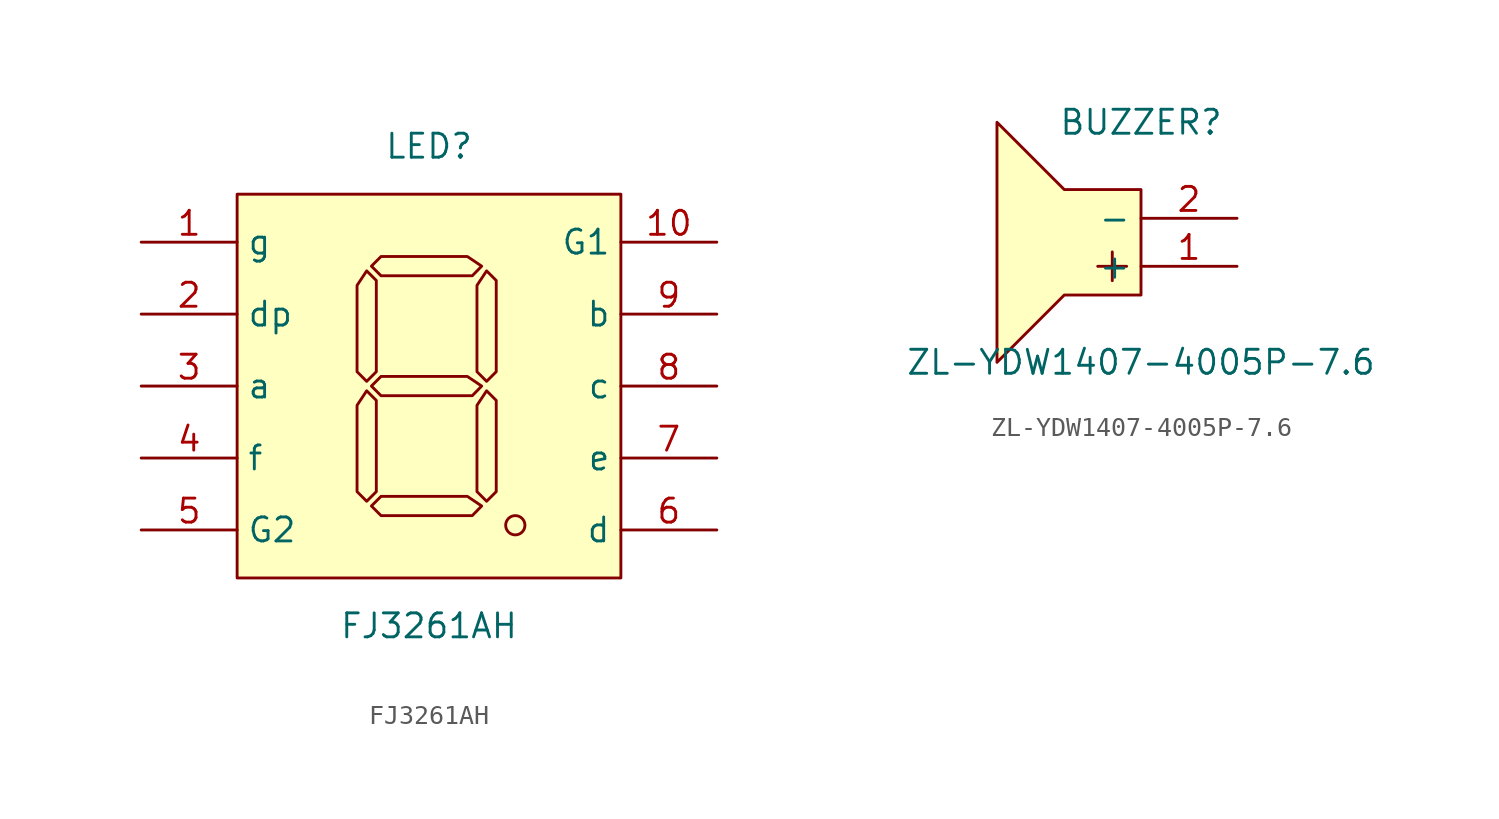
<source format=kicad_sym>
(kicad_symbol_lib
  (version 20211014)
  (generator https://github.com/uPesy/easyeda2kicad.py)
  (symbol "FJ3261AH"
    (property "Reference" "LED"
      (at 0 12.70 0)
      (effects (font (size 1.27 1.27))))
    (property "Value" "FJ3261AH"
      (at 0 -12.70 0)
      (effects (font (size 1.27 1.27))))
    (symbol "FJ3261AH_0_1"
      (rectangle (start -10.16 10.16) (end 10.16 -10.16) (stroke (width 0) (type default) (color 0 0 0 0)) (fill (type background)))
      (circle (center 4.57 -7.37) (radius 0.51) (stroke (width 0) (type default) (color 0 0 0 0)) (fill (type none)))
      (polyline (pts (xy -3.05 6.35) (xy -2.54 6.86) (xy 2.03 6.86) (xy 2.79 6.35) (xy 2.29 5.84) (xy -2.54 5.84) (xy -3.05 6.35)) (stroke (width 0) (type default) (color 0 0 0 0)) (fill (type background)))
      (polyline (pts (xy -3.30 0.25) (xy -3.81 0.76) (xy -3.81 5.33) (xy -3.30 6.10) (xy -2.79 5.59) (xy -2.79 0.76) (xy -3.30 0.25)) (stroke (width 0) (type default) (color 0 0 0 0)) (fill (type background)))
      (polyline (pts (xy 3.05 0.25) (xy 2.54 0.76) (xy 2.54 5.33) (xy 3.05 6.10) (xy 3.56 5.59) (xy 3.56 0.76) (xy 3.05 0.25)) (stroke (width 0) (type default) (color 0 0 0 0)) (fill (type background)))
      (polyline (pts (xy -3.05 -0.00) (xy -2.54 0.51) (xy 2.03 0.51) (xy 2.79 -0.00) (xy 2.29 -0.51) (xy -2.54 -0.51) (xy -3.05 -0.00)) (stroke (width 0) (type default) (color 0 0 0 0)) (fill (type background)))
      (polyline (pts (xy -3.30 -6.10) (xy -3.81 -5.59) (xy -3.81 -1.02) (xy -3.30 -0.25) (xy -2.79 -0.76) (xy -2.79 -5.59) (xy -3.30 -6.10)) (stroke (width 0) (type default) (color 0 0 0 0)) (fill (type background)))
      (polyline (pts (xy 3.05 -6.10) (xy 2.54 -5.59) (xy 2.54 -1.02) (xy 3.05 -0.25) (xy 3.56 -0.76) (xy 3.56 -5.59) (xy 3.05 -6.10)) (stroke (width 0) (type default) (color 0 0 0 0)) (fill (type background)))
      (polyline (pts (xy -3.05 -6.35) (xy -2.54 -5.84) (xy 2.03 -5.84) (xy 2.79 -6.35) (xy 2.29 -6.86) (xy -2.54 -6.86) (xy -3.05 -6.35)) (stroke (width 0) (type default) (color 0 0 0 0)) (fill (type background)))
      (pin input line (at -15.24 7.62 0) (length 5.08) (name "g" (effects (font (size 1.27 1.27)))) (number "1" (effects (font (size 1.27 1.27)))))
      (pin input line (at -15.24 3.81 0) (length 5.08) (name "dp" (effects (font (size 1.27 1.27)))) (number "2" (effects (font (size 1.27 1.27)))))
      (pin input line (at -15.24 -0.00 0) (length 5.08) (name "a" (effects (font (size 1.27 1.27)))) (number "3" (effects (font (size 1.27 1.27)))))
      (pin input line (at -15.24 -3.81 0) (length 5.08) (name "f" (effects (font (size 1.27 1.27)))) (number "4" (effects (font (size 1.27 1.27)))))
      (pin input line (at -15.24 -7.62 0) (length 5.08) (name "G2" (effects (font (size 1.27 1.27)))) (number "5" (effects (font (size 1.27 1.27)))))
      (pin input line (at 15.24 -7.62 180) (length 5.08) (name "d" (effects (font (size 1.27 1.27)))) (number "6" (effects (font (size 1.27 1.27)))))
      (pin input line (at 15.24 -3.81 180) (length 5.08) (name "e" (effects (font (size 1.27 1.27)))) (number "7" (effects (font (size 1.27 1.27)))))
      (pin input line (at 15.24 -0.00 180) (length 5.08) (name "c" (effects (font (size 1.27 1.27)))) (number "8" (effects (font (size 1.27 1.27)))))
      (pin input line (at 15.24 3.81 180) (length 5.08) (name "b" (effects (font (size 1.27 1.27)))) (number "9" (effects (font (size 1.27 1.27)))))
      (pin input line (at 15.24 7.62 180) (length 5.08) (name "G1" (effects (font (size 1.27 1.27)))) (number "10" (effects (font (size 1.27 1.27)))))))
  (symbol "ZL-YDW1407-4005P-7.6"
    (property "Reference" "BUZZER"
      (at 0 7.62 0)
      (effects (font (size 1.27 1.27))))
    (property "Value" "ZL-YDW1407-4005P-7.6"
      (at 0 -5.08 0)
      (effects (font (size 1.27 1.27))))
    (symbol "ZL-YDW1407-4005P-7.6_0_1"
      (polyline (pts (xy -4.06 4.06) (xy 0.00 4.06) (xy 0.00 -1.52) (xy -4.06 -1.52) (xy -7.62 -5.08) (xy -7.62 7.62) (xy -4.06 4.06)) (stroke (width 0) (type default) (color 0 0 0 0)) (fill (type background)))
      (polyline (pts (xy -2.29 -0.00) (xy -0.76 -0.00)) (stroke (width 0) (type default) (color 0 0 0 0)) (fill (type none)))
      (polyline (pts (xy -1.52 0.76) (xy -1.52 -0.76)) (stroke (width 0) (type default) (color 0 0 0 0)) (fill (type none)))
      (pin unspecified line (at 5.08 -0.00 180) (length 5.08) (name "+" (effects (font (size 1.27 1.27)))) (number "1" (effects (font (size 1.27 1.27)))))
      (pin unspecified line (at 5.08 2.54 180) (length 5.08) (name "-" (effects (font (size 1.27 1.27)))) (number "2" (effects (font (size 1.27 1.27))))))))
</source>
